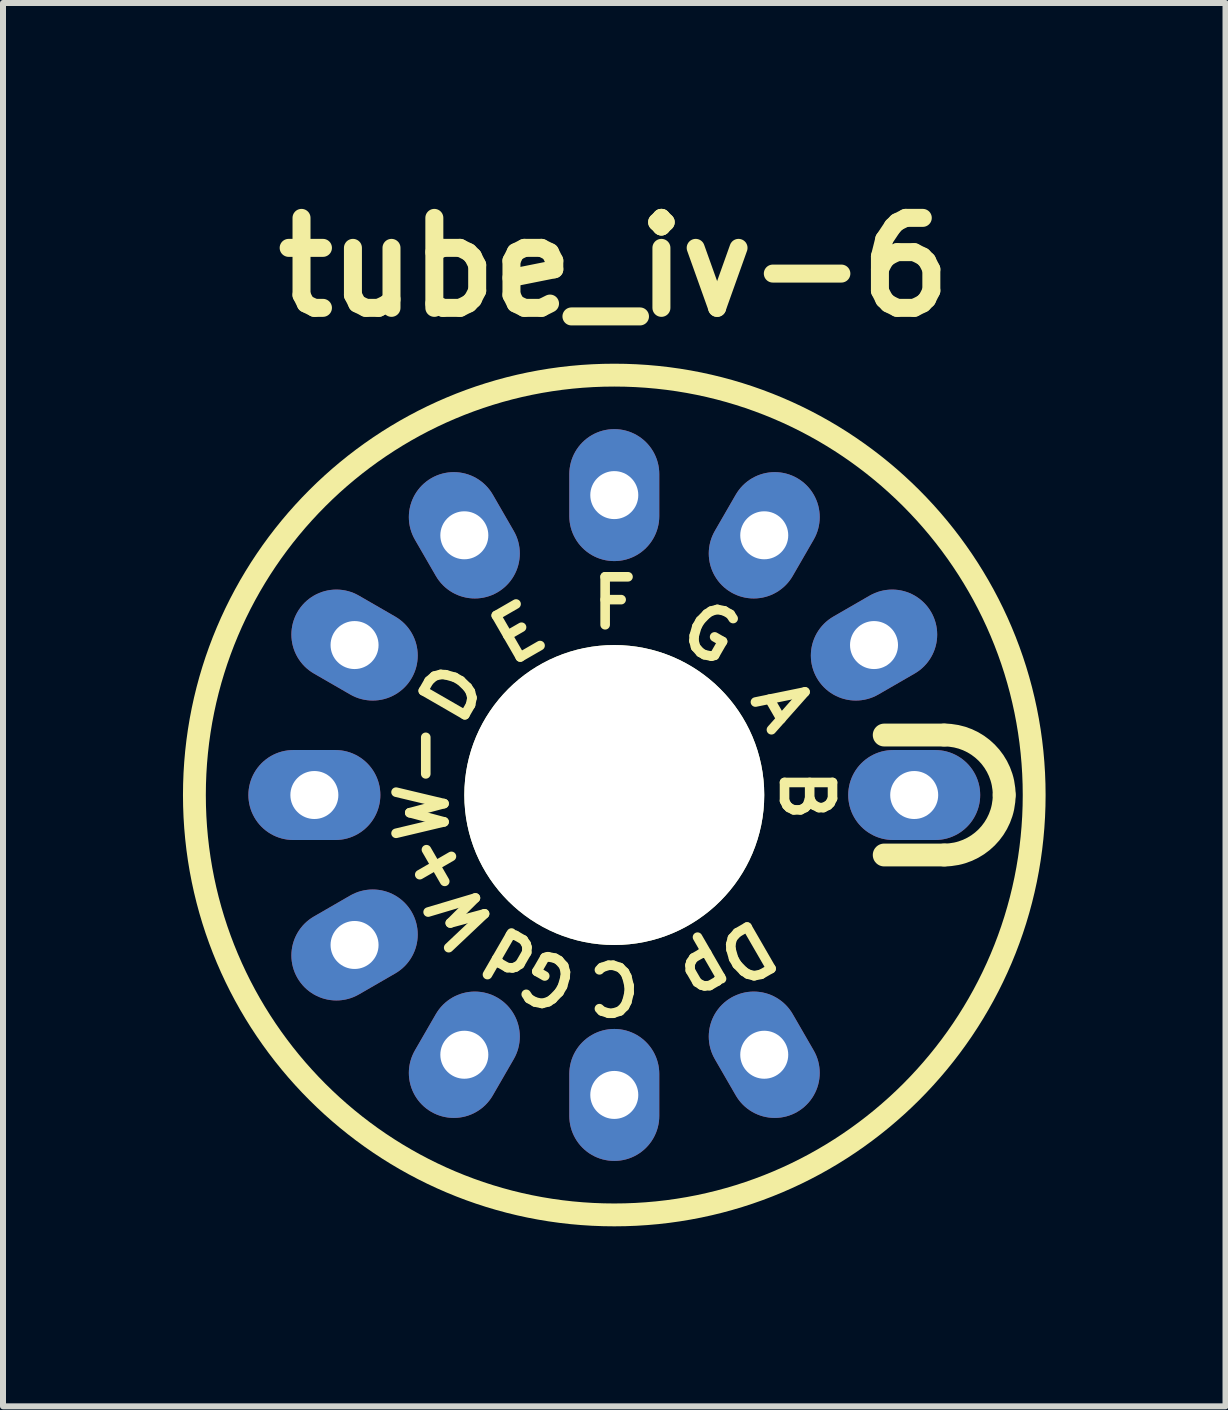
<source format=kicad_pcb>
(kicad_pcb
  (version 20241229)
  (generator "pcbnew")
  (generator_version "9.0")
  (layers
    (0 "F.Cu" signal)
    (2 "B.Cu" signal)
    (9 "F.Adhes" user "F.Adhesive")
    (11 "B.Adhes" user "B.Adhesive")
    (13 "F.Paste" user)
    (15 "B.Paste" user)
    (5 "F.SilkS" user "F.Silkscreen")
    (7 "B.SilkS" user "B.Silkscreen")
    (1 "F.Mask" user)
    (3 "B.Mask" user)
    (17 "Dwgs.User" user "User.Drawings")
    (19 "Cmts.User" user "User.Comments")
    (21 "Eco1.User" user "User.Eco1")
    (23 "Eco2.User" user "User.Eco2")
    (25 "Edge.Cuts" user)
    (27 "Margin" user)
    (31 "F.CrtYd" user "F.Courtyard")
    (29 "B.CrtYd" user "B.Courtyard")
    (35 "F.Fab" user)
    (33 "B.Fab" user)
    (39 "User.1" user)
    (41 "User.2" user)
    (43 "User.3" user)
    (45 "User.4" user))
  (footprint "tube_iv-6"
    (layer "F.Cu")
    (at 7.191 10.204)
    (property "Reference" "tube_iv-6" (at 0 -8.8 0) (layer "F.SilkS") (effects (font (size 1.5 1.5) (thickness 0.3))))
    (attr through_hole)
    (fp_line (start 5.5 -1) (end 4.5 -1) (stroke (width 0.381) (type solid)) (layer "F.SilkS"))
    (fp_line (start 5.5 1) (end 4.5 1) (stroke (width 0.381) (type solid)) (layer "F.SilkS"))
    (fp_arc (start 5.5 -1) (mid 6.207107 -0.707107) (end 6.5 0) (stroke (width 0.381) (type solid)) (layer "F.SilkS"))
    (fp_arc (start 6.5 0) (mid 6.207107 0.707107) (end 5.5 1) (stroke (width 0.381) (type solid)) (layer "F.SilkS"))
    (fp_circle (center 0 0) (end 7 0) (stroke (width 0.381) (type solid)) (fill no) (layer "F.SilkS"))
    (fp_text user "Gd" (at -1.4 2.9 150) (unlocked yes) (layer "F.SilkS") (effects (font (size 0.8 0.8) (thickness 0.16))))
    (fp_text user "E" (at -1.6 -2.7 30) (unlocked yes) (layer "F.SilkS") (effects (font (size 0.8 0.8) (thickness 0.16))))
    (fp_text user "Dp" (at 1.9 2.8 210) (unlocked yes) (layer "F.SilkS") (effects (font (size 0.8 0.8) (thickness 0.16))))
    (fp_text user "B" (at 3.2 0 270) (unlocked yes) (layer "F.SilkS") (effects (font (size 0.8 0.8) (thickness 0.16))))
    (fp_text user "C" (at 0 3.2 180) (unlocked yes) (layer "F.SilkS") (effects (font (size 0.8 0.8) (thickness 0.16))))
    (fp_text user "G" (at 1.6 -2.7 330) (unlocked yes) (layer "F.SilkS") (effects (font (size 0.8 0.8) (thickness 0.16))))
    (fp_text user "W-" (at -3.2 -0.2 90) (unlocked yes) (layer "F.SilkS") (effects (font (size 0.8 0.8) (thickness 0.16))))
    (fp_text user "F" (at 0 -3.2 0) (unlocked yes) (layer "F.SilkS") (effects (font (size 0.8 0.8) (thickness 0.16))))
    (fp_text user "A" (at 2.8 -1.5 300) (unlocked yes) (layer "F.SilkS") (effects (font (size 0.8 0.8) (thickness 0.16))))
    (fp_text user "W+" (at -2.8 1.6 120) (unlocked yes) (layer "F.SilkS") (effects (font (size 0.8 0.8) (thickness 0.16))))
    (fp_text user "D" (at -2.7 -1.7 60) (unlocked yes) (layer "F.SilkS") (effects (font (size 0.8 0.8) (thickness 0.16))))
    (pad "" np_thru_hole circle (at 0 0 90) (size 5 5) (drill 5) (layers "*.Cu" "F.SilkS"))
    (pad "1" thru_hole oval (at 5 0 90) (size 1.5 2.2) (drill 0.8) (layers "*.Cu" "*.Mask"))
    (pad "2" thru_hole oval (at 4.33 -2.5 300) (size 1.5 2.2) (drill 0.8) (layers "*.Cu" "*.Mask"))
    (pad "3" thru_hole oval (at 2.5 -4.33 330) (size 1.5 2.2) (drill 0.8) (layers "*.Cu" "*.Mask"))
    (pad "4" thru_hole oval (at 0 -5) (size 1.5 2.2) (drill 0.8) (layers "*.Cu" "*.Mask"))
    (pad "5" thru_hole oval (at -2.5 -4.33 30) (size 1.5 2.2) (drill 0.8) (layers "*.Cu" "*.Mask"))
    (pad "6" thru_hole oval (at -4.33 -2.5 60) (size 1.5 2.2) (drill 0.8) (layers "*.Cu" "*.Mask"))
    (pad "7" thru_hole oval (at -5 0 90) (size 1.5 2.2) (drill 0.8) (layers "*.Cu" "*.Mask"))
    (pad "8" thru_hole oval (at -4.33 2.5 300) (size 1.5 2.2) (drill 0.8) (layers "*.Cu" "*.Mask"))
    (pad "9" thru_hole oval (at -2.5 4.33 330) (size 1.5 2.2) (drill 0.8) (layers "*.Cu" "*.Mask"))
    (pad "10" thru_hole oval (at 0 5) (size 1.5 2.2) (drill 0.8) (layers "*.Cu" "*.Mask"))
    (pad "11" thru_hole oval (at 2.5 4.33 30) (size 1.5 2.2) (drill 0.8) (layers "*.Cu" "*.Mask")))
  (gr_rect
    (start -3 -3)
    (end 17.381 20.395)
    (stroke (width 0.1) (type default))
    (fill no)
    (layer "Edge.Cuts")))
</source>
